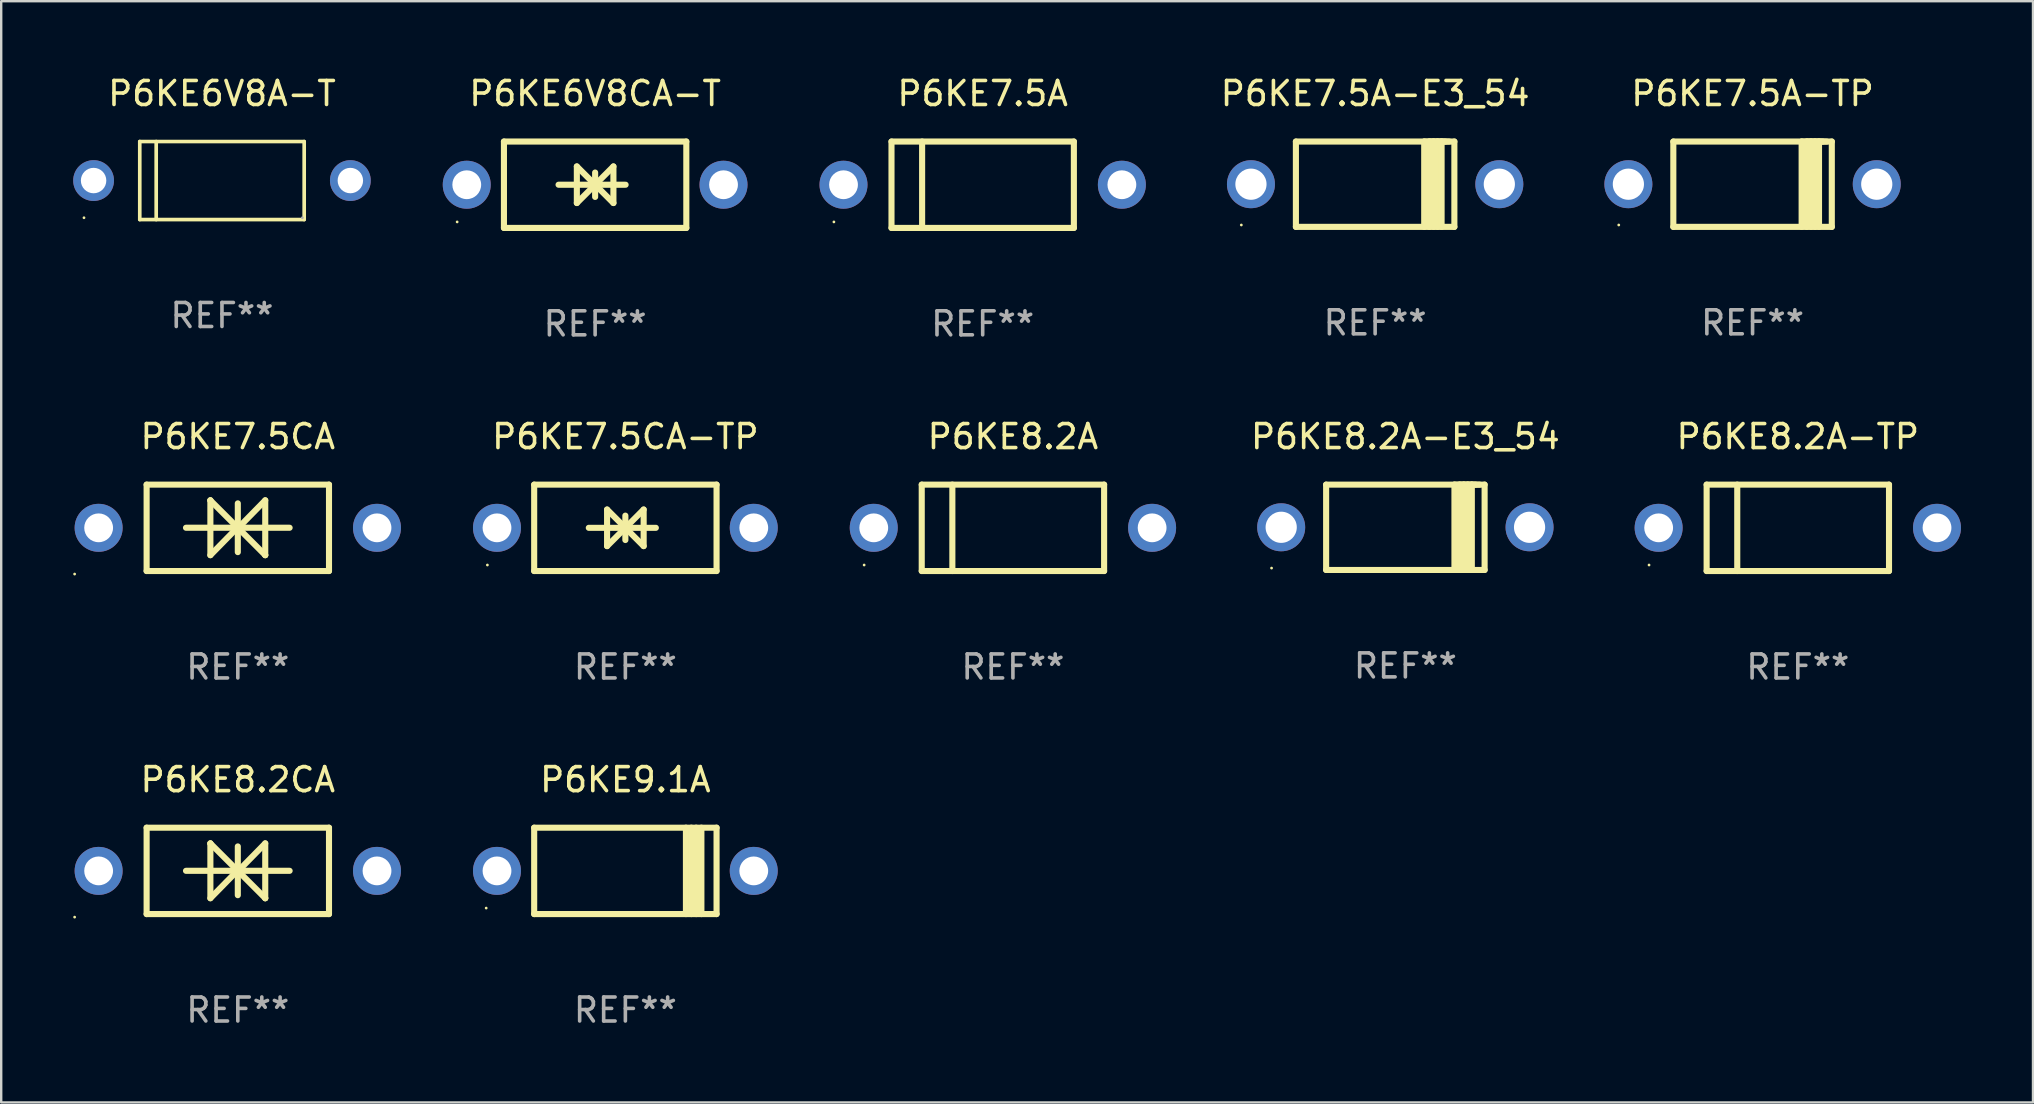
<source format=kicad_pcb>
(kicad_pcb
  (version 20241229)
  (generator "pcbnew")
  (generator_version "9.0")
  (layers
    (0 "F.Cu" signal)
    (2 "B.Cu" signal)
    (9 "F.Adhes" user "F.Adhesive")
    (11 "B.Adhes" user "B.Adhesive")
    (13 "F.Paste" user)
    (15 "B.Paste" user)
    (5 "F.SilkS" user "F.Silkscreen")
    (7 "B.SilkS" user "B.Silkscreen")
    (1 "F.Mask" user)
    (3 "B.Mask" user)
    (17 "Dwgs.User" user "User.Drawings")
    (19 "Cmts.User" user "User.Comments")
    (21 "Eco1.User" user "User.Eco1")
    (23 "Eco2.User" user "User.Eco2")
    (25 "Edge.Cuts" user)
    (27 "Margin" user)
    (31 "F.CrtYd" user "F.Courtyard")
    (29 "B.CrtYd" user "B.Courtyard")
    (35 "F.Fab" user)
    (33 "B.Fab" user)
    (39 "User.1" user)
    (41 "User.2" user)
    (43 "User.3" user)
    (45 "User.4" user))
  (footprint "P6KE7.5A-E3_54"
    (layer "F.Cu")
    (at 54.254 4.626)
    (property "Reference" "P6KE7.5A-E3_54" (at 0 -3.778 0) (layer "F.SilkS") (effects (font (size 1 1) (thickness 0.15))))
    (attr through_hole)
    (fp_line (start -3.302 -1.778) (end -3.302 1.778) (stroke (width 0.254) (type solid)) (layer "F.SilkS"))
    (fp_line (start -3.302 1.778) (end 3.302 1.778) (stroke (width 0.254) (type solid)) (layer "F.SilkS"))
    (fp_line (start 2.045 -1.778) (end 2.045 1.778) (stroke (width 0.254) (type solid)) (layer "F.SilkS"))
    (fp_line (start 2.261 -1.778) (end 2.261 1.778) (stroke (width 0.254) (type solid)) (layer "F.SilkS"))
    (fp_line (start 2.421 -1.778) (end 2.045 -1.778) (stroke (width 0.254) (type solid)) (layer "F.SilkS"))
    (fp_line (start 2.439 -1.778) (end 2.439 1.778) (stroke (width 0.254) (type solid)) (layer "F.SilkS"))
    (fp_line (start 2.579 -1.778) (end 2.261 -1.778) (stroke (width 0.254) (type solid)) (layer "F.SilkS"))
    (fp_line (start 2.604 -1.778) (end 2.604 1.778) (stroke (width 0.254) (type solid)) (layer "F.SilkS"))
    (fp_line (start 2.757 -1.778) (end 2.439 -1.778) (stroke (width 0.254) (type solid)) (layer "F.SilkS"))
    (fp_line (start 2.769 -1.778) (end 2.769 1.778) (stroke (width 0.254) (type solid)) (layer "F.SilkS"))
    (fp_line (start 2.922 -1.778) (end 2.604 -1.778) (stroke (width 0.254) (type solid)) (layer "F.SilkS"))
    (fp_line (start 3.087 -1.778) (end 2.769 -1.778) (stroke (width 0.254) (type solid)) (layer "F.SilkS"))
    (fp_line (start 3.302 -1.778) (end -3.302 -1.778) (stroke (width 0.254) (type solid)) (layer "F.SilkS"))
    (fp_line (start 3.302 1.778) (end 3.302 -1.778) (stroke (width 0.254) (type solid)) (layer "F.SilkS"))
    (fp_circle (center -5.576 1.7) (end -5.546 1.7) (stroke (width 0.06) (type solid)) (fill no) (layer "F.SilkS"))
    (fp_text user "REF**" (at 0 5.778 0) (layer "F.Fab") (effects (font (size 1 1) (thickness 0.15))))
    (pad "1" thru_hole circle (at -5.175 0) (size 2 2) (drill 1.3) (layers "*.Cu" "*.Mask"))
    (pad "2" thru_hole circle (at 5.175 0) (size 2 2) (drill 1.3) (layers "*.Cu" "*.Mask")))
  (footprint "P6KE8.2A"
    (layer "F.Cu")
    (at 39.16 18.945)
    (property "Reference" "P6KE8.2A" (at 0 -3.8 0) (layer "F.SilkS") (effects (font (size 1 1) (thickness 0.15))))
    (attr through_hole)
    (fp_line (start -3.8 -1.8) (end -3.8 1.8) (stroke (width 0.254) (type solid)) (layer "F.SilkS"))
    (fp_line (start -3.8 -1.8) (end 3.8 -1.8) (stroke (width 0.254) (type solid)) (layer "F.SilkS"))
    (fp_line (start -3.8 1.8) (end 3.8 1.8) (stroke (width 0.254) (type solid)) (layer "F.SilkS"))
    (fp_line (start -2.524 -1.8) (end -2.524 1.8) (stroke (width 0.254) (type solid)) (layer "F.SilkS"))
    (fp_line (start 3.8 -1.8) (end 3.8 1.8) (stroke (width 0.254) (type solid)) (layer "F.SilkS"))
    (fp_circle (center -6.2 1.55) (end -6.17 1.55) (stroke (width 0.06) (type solid)) (fill no) (layer "F.SilkS"))
    (fp_text user "REF**" (at 0 5.8 0) (layer "F.Fab") (effects (font (size 1 1) (thickness 0.15))))
    (pad "1" thru_hole circle (at -5.8 0) (size 2 2) (drill 1.2) (layers "*.Cu" "*.Mask"))
    (pad "2" thru_hole circle (at 5.8 0) (size 2 2) (drill 1.2) (layers "*.Cu" "*.Mask")))
  (footprint "P6KE7.5CA"
    (layer "F.Cu")
    (at 6.86 18.945)
    (property "Reference" "P6KE7.5CA" (at 0 -3.8 0) (layer "F.SilkS") (effects (font (size 1 1) (thickness 0.15))))
    (attr through_hole)
    (fp_line (start -3.8 -1.8) (end -3.8 1.8) (stroke (width 0.254) (type solid)) (layer "F.SilkS"))
    (fp_line (start -3.8 -1.8) (end 3.8 -1.8) (stroke (width 0.254) (type solid)) (layer "F.SilkS"))
    (fp_line (start -3.8 1.8) (end 3.8 1.8) (stroke (width 0.254) (type solid)) (layer "F.SilkS"))
    (fp_line (start -2.159 -0.003) (end 2.159 -0.003) (stroke (width 0.254) (type solid)) (layer "F.SilkS"))
    (fp_line (start -1.143 -1.146) (end -1.143 1.14) (stroke (width 0.254) (type solid)) (layer "F.SilkS"))
    (fp_line (start -1.143 -1.143) (end -1.143 -1.146) (stroke (width 0.254) (type solid)) (layer "F.SilkS"))
    (fp_line (start 0 -1.019) (end 0 1.013) (stroke (width 0.254) (type solid)) (layer "F.SilkS"))
    (fp_line (start 0 -0.026) (end -1.143 1.14) (stroke (width 0.254) (type solid)) (layer "F.SilkS"))
    (fp_line (start 0 -0.006) (end 1.143 1.137) (stroke (width 0.254) (type solid)) (layer "F.SilkS"))
    (fp_line (start 0 0) (end -1.143 -1.143) (stroke (width 0.254) (type solid)) (layer "F.SilkS"))
    (fp_line (start 0 0.02) (end 1.143 -1.146) (stroke (width 0.254) (type solid)) (layer "F.SilkS"))
    (fp_line (start 1.143 1.137) (end 1.143 1.14) (stroke (width 0.254) (type solid)) (layer "F.SilkS"))
    (fp_line (start 1.143 1.14) (end 1.143 -1.146) (stroke (width 0.254) (type solid)) (layer "F.SilkS"))
    (fp_line (start 3.8 -1.8) (end 3.8 1.8) (stroke (width 0.254) (type solid)) (layer "F.SilkS"))
    (fp_circle (center -6.8 1.927) (end -6.77 1.927) (stroke (width 0.06) (type solid)) (fill no) (layer "F.SilkS"))
    (fp_text user "REF**" (at 0 5.8 0) (layer "F.Fab") (effects (font (size 1 1) (thickness 0.15))))
    (pad "1" thru_hole circle (at -5.8 0) (size 2 2) (drill 1.2) (layers "*.Cu" "*.Mask"))
    (pad "2" thru_hole circle (at 5.8 0) (size 2 2) (drill 1.2) (layers "*.Cu" "*.Mask")))
  (footprint "P6KE9.1A"
    (layer "F.Cu")
    (at 23.01 33.241)
    (property "Reference" "P6KE9.1A" (at 0 -3.8 0) (layer "F.SilkS") (effects (font (size 1 1) (thickness 0.15))))
    (attr through_hole)
    (fp_line (start -3.8 1.8) (end -3.8 -1.8) (stroke (width 0.254) (type solid)) (layer "F.SilkS"))
    (fp_line (start 2.524 1.8) (end 2.524 -1.8) (stroke (width 0.254) (type solid)) (layer "F.SilkS"))
    (fp_line (start 2.75 1.8) (end 2.75 -1.8) (stroke (width 0.254) (type solid)) (layer "F.SilkS"))
    (fp_line (start 2.95 -1.8) (end 2.95 1.8) (stroke (width 0.254) (type solid)) (layer "F.SilkS"))
    (fp_line (start 3.168 -1.8) (end 3.168 1.8) (stroke (width 0.254) (type solid)) (layer "F.SilkS"))
    (fp_line (start 3.8 1.8) (end -3.8 1.8) (stroke (width 0.254) (type solid)) (layer "F.SilkS"))
    (fp_line (start 3.8 1.8) (end 3.8 -1.8) (stroke (width 0.254) (type solid)) (layer "F.SilkS"))
    (fp_line (start 3.8 -1.8) (end -3.8 -1.8) (stroke (width 0.254) (type solid)) (layer "F.SilkS"))
    (fp_circle (center -5.8 1.55) (end -5.77 1.55) (stroke (width 0.06) (type solid)) (fill no) (layer "F.SilkS"))
    (fp_text user "REF**" (at 0 5.8 0) (layer "F.Fab") (effects (font (size 1 1) (thickness 0.15))))
    (pad "1" thru_hole circle (at -5.35 0) (size 2 2) (drill 1.2) (layers "*.Cu" "*.Mask"))
    (pad "2" thru_hole circle (at 5.35 0) (size 2 2) (drill 1.2) (layers "*.Cu" "*.Mask")))
  (footprint "P6KE8.2A-E3_54"
    (layer "F.Cu")
    (at 55.514 18.923)
    (property "Reference" "P6KE8.2A-E3_54" (at 0 -3.778 0) (layer "F.SilkS") (effects (font (size 1 1) (thickness 0.15))))
    (attr through_hole)
    (fp_line (start -3.302 -1.778) (end -3.302 1.778) (stroke (width 0.254) (type solid)) (layer "F.SilkS"))
    (fp_line (start -3.302 1.778) (end 3.302 1.778) (stroke (width 0.254) (type solid)) (layer "F.SilkS"))
    (fp_line (start 2.045 -1.778) (end 2.045 1.778) (stroke (width 0.254) (type solid)) (layer "F.SilkS"))
    (fp_line (start 2.261 -1.778) (end 2.261 1.778) (stroke (width 0.254) (type solid)) (layer "F.SilkS"))
    (fp_line (start 2.421 -1.778) (end 2.045 -1.778) (stroke (width 0.254) (type solid)) (layer "F.SilkS"))
    (fp_line (start 2.439 -1.778) (end 2.439 1.778) (stroke (width 0.254) (type solid)) (layer "F.SilkS"))
    (fp_line (start 2.579 -1.778) (end 2.261 -1.778) (stroke (width 0.254) (type solid)) (layer "F.SilkS"))
    (fp_line (start 2.604 -1.778) (end 2.604 1.778) (stroke (width 0.254) (type solid)) (layer "F.SilkS"))
    (fp_line (start 2.757 -1.778) (end 2.439 -1.778) (stroke (width 0.254) (type solid)) (layer "F.SilkS"))
    (fp_line (start 2.769 -1.778) (end 2.769 1.778) (stroke (width 0.254) (type solid)) (layer "F.SilkS"))
    (fp_line (start 2.922 -1.778) (end 2.604 -1.778) (stroke (width 0.254) (type solid)) (layer "F.SilkS"))
    (fp_line (start 3.087 -1.778) (end 2.769 -1.778) (stroke (width 0.254) (type solid)) (layer "F.SilkS"))
    (fp_line (start 3.302 -1.778) (end -3.302 -1.778) (stroke (width 0.254) (type solid)) (layer "F.SilkS"))
    (fp_line (start 3.302 1.778) (end 3.302 -1.778) (stroke (width 0.254) (type solid)) (layer "F.SilkS"))
    (fp_circle (center -5.576 1.7) (end -5.546 1.7) (stroke (width 0.06) (type solid)) (fill no) (layer "F.SilkS"))
    (fp_text user "REF**" (at 0 5.778 0) (layer "F.Fab") (effects (font (size 1 1) (thickness 0.15))))
    (pad "1" thru_hole circle (at -5.175 0) (size 2 2) (drill 1.3) (layers "*.Cu" "*.Mask"))
    (pad "2" thru_hole circle (at 5.175 0) (size 2 2) (drill 1.3) (layers "*.Cu" "*.Mask")))
  (footprint "P6KE6V8CA-T"
    (layer "F.Cu")
    (at 21.75 4.648)
    (property "Reference" "P6KE6V8CA-T" (at 0 -3.8 0) (layer "F.SilkS") (effects (font (size 1 1) (thickness 0.15))))
    (attr through_hole)
    (fp_line (start -3.8 -1.8) (end -3.8 1.8) (stroke (width 0.254) (type solid)) (layer "F.SilkS"))
    (fp_line (start -3.8 -1.8) (end 3.8 -1.8) (stroke (width 0.254) (type solid)) (layer "F.SilkS"))
    (fp_line (start -3.8 1.8) (end 3.8 1.8) (stroke (width 0.254) (type solid)) (layer "F.SilkS"))
    (fp_line (start -1.524 0) (end 1.27 0) (stroke (width 0.254) (type solid)) (layer "F.SilkS"))
    (fp_line (start -0.762 -0.762) (end 0.762 0.762) (stroke (width 0.254) (type solid)) (layer "F.SilkS"))
    (fp_line (start -0.762 0.762) (end -0.762 -0.762) (stroke (width 0.254) (type solid)) (layer "F.SilkS"))
    (fp_line (start 0 -0.508) (end 0 0.508) (stroke (width 0.254) (type solid)) (layer "F.SilkS"))
    (fp_line (start 0.762 -0.762) (end -0.762 0.762) (stroke (width 0.254) (type solid)) (layer "F.SilkS"))
    (fp_line (start 0.762 0.762) (end 0.762 -0.762) (stroke (width 0.254) (type solid)) (layer "F.SilkS"))
    (fp_line (start 3.8 -1.8) (end 3.8 1.8) (stroke (width 0.254) (type solid)) (layer "F.SilkS"))
    (fp_circle (center -5.75 1.55) (end -5.72 1.55) (stroke (width 0.06) (type solid)) (fill no) (layer "F.SilkS"))
    (fp_text user "REF**" (at 0 5.8 0) (layer "F.Fab") (effects (font (size 1 1) (thickness 0.15))))
    (pad "1" thru_hole circle (at -5.35 0) (size 2 2) (drill 1.2) (layers "*.Cu" "*.Mask"))
    (pad "2" thru_hole circle (at 5.35 0) (size 2 2) (drill 1.2) (layers "*.Cu" "*.Mask")))
  (footprint "P6KE7.5A"
    (layer "F.Cu")
    (at 37.9 4.648)
    (property "Reference" "P6KE7.5A" (at 0 -3.8 0) (layer "F.SilkS") (effects (font (size 1 1) (thickness 0.15))))
    (attr through_hole)
    (fp_line (start -3.8 -1.8) (end -3.8 1.8) (stroke (width 0.254) (type solid)) (layer "F.SilkS"))
    (fp_line (start -3.8 -1.8) (end 3.8 -1.8) (stroke (width 0.254) (type solid)) (layer "F.SilkS"))
    (fp_line (start -3.8 1.8) (end 3.8 1.8) (stroke (width 0.254) (type solid)) (layer "F.SilkS"))
    (fp_line (start -2.524 -1.8) (end -2.524 1.8) (stroke (width 0.254) (type solid)) (layer "F.SilkS"))
    (fp_line (start 3.8 -1.8) (end 3.8 1.8) (stroke (width 0.254) (type solid)) (layer "F.SilkS"))
    (fp_circle (center -6.2 1.55) (end -6.17 1.55) (stroke (width 0.06) (type solid)) (fill no) (layer "F.SilkS"))
    (fp_text user "REF**" (at 0 5.8 0) (layer "F.Fab") (effects (font (size 1 1) (thickness 0.15))))
    (pad "1" thru_hole circle (at -5.8 0) (size 2 2) (drill 1.2) (layers "*.Cu" "*.Mask"))
    (pad "2" thru_hole circle (at 5.8 0) (size 2 2) (drill 1.2) (layers "*.Cu" "*.Mask")))
  (footprint "P6KE8.2A-TP"
    (layer "F.Cu")
    (at 71.868 18.945)
    (property "Reference" "P6KE8.2A-TP" (at 0 -3.8 0) (layer "F.SilkS") (effects (font (size 1 1) (thickness 0.15))))
    (attr through_hole)
    (fp_line (start -3.8 -1.8) (end -3.8 1.8) (stroke (width 0.254) (type solid)) (layer "F.SilkS"))
    (fp_line (start -3.8 -1.8) (end 3.8 -1.8) (stroke (width 0.254) (type solid)) (layer "F.SilkS"))
    (fp_line (start -3.8 1.8) (end 3.8 1.8) (stroke (width 0.254) (type solid)) (layer "F.SilkS"))
    (fp_line (start -2.524 -1.8) (end -2.524 1.8) (stroke (width 0.254) (type solid)) (layer "F.SilkS"))
    (fp_line (start 3.8 -1.8) (end 3.8 1.8) (stroke (width 0.254) (type solid)) (layer "F.SilkS"))
    (fp_circle (center -6.2 1.55) (end -6.17 1.55) (stroke (width 0.06) (type solid)) (fill no) (layer "F.SilkS"))
    (fp_text user "REF**" (at 0 5.8 0) (layer "F.Fab") (effects (font (size 1 1) (thickness 0.15))))
    (pad "1" thru_hole circle (at -5.8 0) (size 2 2) (drill 1.2) (layers "*.Cu" "*.Mask"))
    (pad "2" thru_hole circle (at 5.8 0) (size 2 2) (drill 1.2) (layers "*.Cu" "*.Mask")))
  (footprint "P6KE6V8A-T"
    (layer "F.Cu")
    (at 6.2 4.474)
    (property "Reference" "P6KE6V8A-T" (at 0 -3.626 0) (layer "F.SilkS") (effects (font (size 1 1) (thickness 0.15))))
    (attr through_hole)
    (fp_line (start -3.426 -1.626) (end 3.426 -1.626) (stroke (width 0.152) (type solid)) (layer "F.SilkS"))
    (fp_line (start -3.426 1.626) (end -3.426 -1.626) (stroke (width 0.152) (type solid)) (layer "F.SilkS"))
    (fp_line (start -2.741 -1.626) (end -2.741 1.626) (stroke (width 0.152) (type solid)) (layer "F.SilkS"))
    (fp_line (start 3.426 -1.626) (end 3.426 1.626) (stroke (width 0.152) (type solid)) (layer "F.SilkS"))
    (fp_line (start 3.426 1.626) (end -3.426 1.626) (stroke (width 0.152) (type solid)) (layer "F.SilkS"))
    (fp_circle (center -5.75 1.55) (end -5.72 1.55) (stroke (width 0.06) (type solid)) (fill no) (layer "F.SilkS"))
    (fp_circle (center 3.35 1.55) (end 3.38 1.55) (stroke (width 0.06) (type solid)) (fill no) (layer "F.Fab"))
    (fp_text user "REF**" (at 0 5.626 0) (layer "F.Fab") (effects (font (size 1 1) (thickness 0.15))))
    (pad "1" thru_hole circle (at -5.35 -0.000013) (size 1.7 1.7) (drill 1.06) (layers "*.Cu" "*.Mask"))
    (pad "2" thru_hole circle (at 5.35 -0.000013) (size 1.7 1.7) (drill 1.06) (layers "*.Cu" "*.Mask")))
  (footprint "P6KE7.5CA-TP"
    (layer "F.Cu")
    (at 23.01 18.945)
    (property "Reference" "P6KE7.5CA-TP" (at 0 -3.8 0) (layer "F.SilkS") (effects (font (size 1 1) (thickness 0.15))))
    (attr through_hole)
    (fp_line (start -3.8 -1.8) (end -3.8 1.8) (stroke (width 0.254) (type solid)) (layer "F.SilkS"))
    (fp_line (start -3.8 -1.8) (end 3.8 -1.8) (stroke (width 0.254) (type solid)) (layer "F.SilkS"))
    (fp_line (start -3.8 1.8) (end 3.8 1.8) (stroke (width 0.254) (type solid)) (layer "F.SilkS"))
    (fp_line (start -1.524 0) (end 1.27 0) (stroke (width 0.254) (type solid)) (layer "F.SilkS"))
    (fp_line (start -0.762 -0.762) (end 0.762 0.762) (stroke (width 0.254) (type solid)) (layer "F.SilkS"))
    (fp_line (start -0.762 0.762) (end -0.762 -0.762) (stroke (width 0.254) (type solid)) (layer "F.SilkS"))
    (fp_line (start 0 -0.508) (end 0 0.508) (stroke (width 0.254) (type solid)) (layer "F.SilkS"))
    (fp_line (start 0.762 -0.762) (end -0.762 0.762) (stroke (width 0.254) (type solid)) (layer "F.SilkS"))
    (fp_line (start 0.762 0.762) (end 0.762 -0.762) (stroke (width 0.254) (type solid)) (layer "F.SilkS"))
    (fp_line (start 3.8 -1.8) (end 3.8 1.8) (stroke (width 0.254) (type solid)) (layer "F.SilkS"))
    (fp_circle (center -5.75 1.55) (end -5.72 1.55) (stroke (width 0.06) (type solid)) (fill no) (layer "F.SilkS"))
    (fp_text user "REF**" (at 0 5.8 0) (layer "F.Fab") (effects (font (size 1 1) (thickness 0.15))))
    (pad "1" thru_hole circle (at -5.35 0) (size 2 2) (drill 1.2) (layers "*.Cu" "*.Mask"))
    (pad "2" thru_hole circle (at 5.35 0) (size 2 2) (drill 1.2) (layers "*.Cu" "*.Mask")))
  (footprint "P6KE7.5A-TP"
    (layer "F.Cu")
    (at 69.982 4.626)
    (property "Reference" "P6KE7.5A-TP" (at 0 -3.778 0) (layer "F.SilkS") (effects (font (size 1 1) (thickness 0.15))))
    (attr through_hole)
    (fp_line (start -3.302 -1.778) (end -3.302 1.778) (stroke (width 0.254) (type solid)) (layer "F.SilkS"))
    (fp_line (start -3.302 1.778) (end 3.302 1.778) (stroke (width 0.254) (type solid)) (layer "F.SilkS"))
    (fp_line (start 2.045 -1.778) (end 2.045 1.778) (stroke (width 0.254) (type solid)) (layer "F.SilkS"))
    (fp_line (start 2.261 -1.778) (end 2.261 1.778) (stroke (width 0.254) (type solid)) (layer "F.SilkS"))
    (fp_line (start 2.421 -1.778) (end 2.045 -1.778) (stroke (width 0.254) (type solid)) (layer "F.SilkS"))
    (fp_line (start 2.439 -1.778) (end 2.439 1.778) (stroke (width 0.254) (type solid)) (layer "F.SilkS"))
    (fp_line (start 2.579 -1.778) (end 2.261 -1.778) (stroke (width 0.254) (type solid)) (layer "F.SilkS"))
    (fp_line (start 2.604 -1.778) (end 2.604 1.778) (stroke (width 0.254) (type solid)) (layer "F.SilkS"))
    (fp_line (start 2.757 -1.778) (end 2.439 -1.778) (stroke (width 0.254) (type solid)) (layer "F.SilkS"))
    (fp_line (start 2.769 -1.778) (end 2.769 1.778) (stroke (width 0.254) (type solid)) (layer "F.SilkS"))
    (fp_line (start 2.922 -1.778) (end 2.604 -1.778) (stroke (width 0.254) (type solid)) (layer "F.SilkS"))
    (fp_line (start 3.087 -1.778) (end 2.769 -1.778) (stroke (width 0.254) (type solid)) (layer "F.SilkS"))
    (fp_line (start 3.302 -1.778) (end -3.302 -1.778) (stroke (width 0.254) (type solid)) (layer "F.SilkS"))
    (fp_line (start 3.302 1.778) (end 3.302 -1.778) (stroke (width 0.254) (type solid)) (layer "F.SilkS"))
    (fp_circle (center -5.576 1.7) (end -5.546 1.7) (stroke (width 0.06) (type solid)) (fill no) (layer "F.SilkS"))
    (fp_text user "REF**" (at 0 5.778 0) (layer "F.Fab") (effects (font (size 1 1) (thickness 0.15))))
    (pad "1" thru_hole circle (at -5.175 0) (size 2 2) (drill 1.3) (layers "*.Cu" "*.Mask"))
    (pad "2" thru_hole circle (at 5.175 0) (size 2 2) (drill 1.3) (layers "*.Cu" "*.Mask")))
  (footprint "P6KE8.2CA"
    (layer "F.Cu")
    (at 6.86 33.241)
    (property "Reference" "P6KE8.2CA" (at 0 -3.8 0) (layer "F.SilkS") (effects (font (size 1 1) (thickness 0.15))))
    (attr through_hole)
    (fp_line (start -3.8 -1.8) (end -3.8 1.8) (stroke (width 0.254) (type solid)) (layer "F.SilkS"))
    (fp_line (start -3.8 -1.8) (end 3.8 -1.8) (stroke (width 0.254) (type solid)) (layer "F.SilkS"))
    (fp_line (start -3.8 1.8) (end 3.8 1.8) (stroke (width 0.254) (type solid)) (layer "F.SilkS"))
    (fp_line (start -2.159 -0.003) (end 2.159 -0.003) (stroke (width 0.254) (type solid)) (layer "F.SilkS"))
    (fp_line (start -1.143 -1.146) (end -1.143 1.14) (stroke (width 0.254) (type solid)) (layer "F.SilkS"))
    (fp_line (start -1.143 -1.143) (end -1.143 -1.146) (stroke (width 0.254) (type solid)) (layer "F.SilkS"))
    (fp_line (start 0 -1.019) (end 0 1.013) (stroke (width 0.254) (type solid)) (layer "F.SilkS"))
    (fp_line (start 0 -0.026) (end -1.143 1.14) (stroke (width 0.254) (type solid)) (layer "F.SilkS"))
    (fp_line (start 0 -0.006) (end 1.143 1.137) (stroke (width 0.254) (type solid)) (layer "F.SilkS"))
    (fp_line (start 0 0) (end -1.143 -1.143) (stroke (width 0.254) (type solid)) (layer "F.SilkS"))
    (fp_line (start 0 0.02) (end 1.143 -1.146) (stroke (width 0.254) (type solid)) (layer "F.SilkS"))
    (fp_line (start 1.143 1.137) (end 1.143 1.14) (stroke (width 0.254) (type solid)) (layer "F.SilkS"))
    (fp_line (start 1.143 1.14) (end 1.143 -1.146) (stroke (width 0.254) (type solid)) (layer "F.SilkS"))
    (fp_line (start 3.8 -1.8) (end 3.8 1.8) (stroke (width 0.254) (type solid)) (layer "F.SilkS"))
    (fp_circle (center -6.8 1.927) (end -6.77 1.927) (stroke (width 0.06) (type solid)) (fill no) (layer "F.SilkS"))
    (fp_text user "REF**" (at 0 5.8 0) (layer "F.Fab") (effects (font (size 1 1) (thickness 0.15))))
    (pad "1" thru_hole circle (at -5.8 0) (size 2 2) (drill 1.2) (layers "*.Cu" "*.Mask"))
    (pad "2" thru_hole circle (at 5.8 0) (size 2 2) (drill 1.2) (layers "*.Cu" "*.Mask")))
  (gr_rect
    (start -3 -3)
    (end 81.668 42.89)
    (stroke (width 0.1) (type default))
    (fill no)
    (layer "Edge.Cuts")))
</source>
